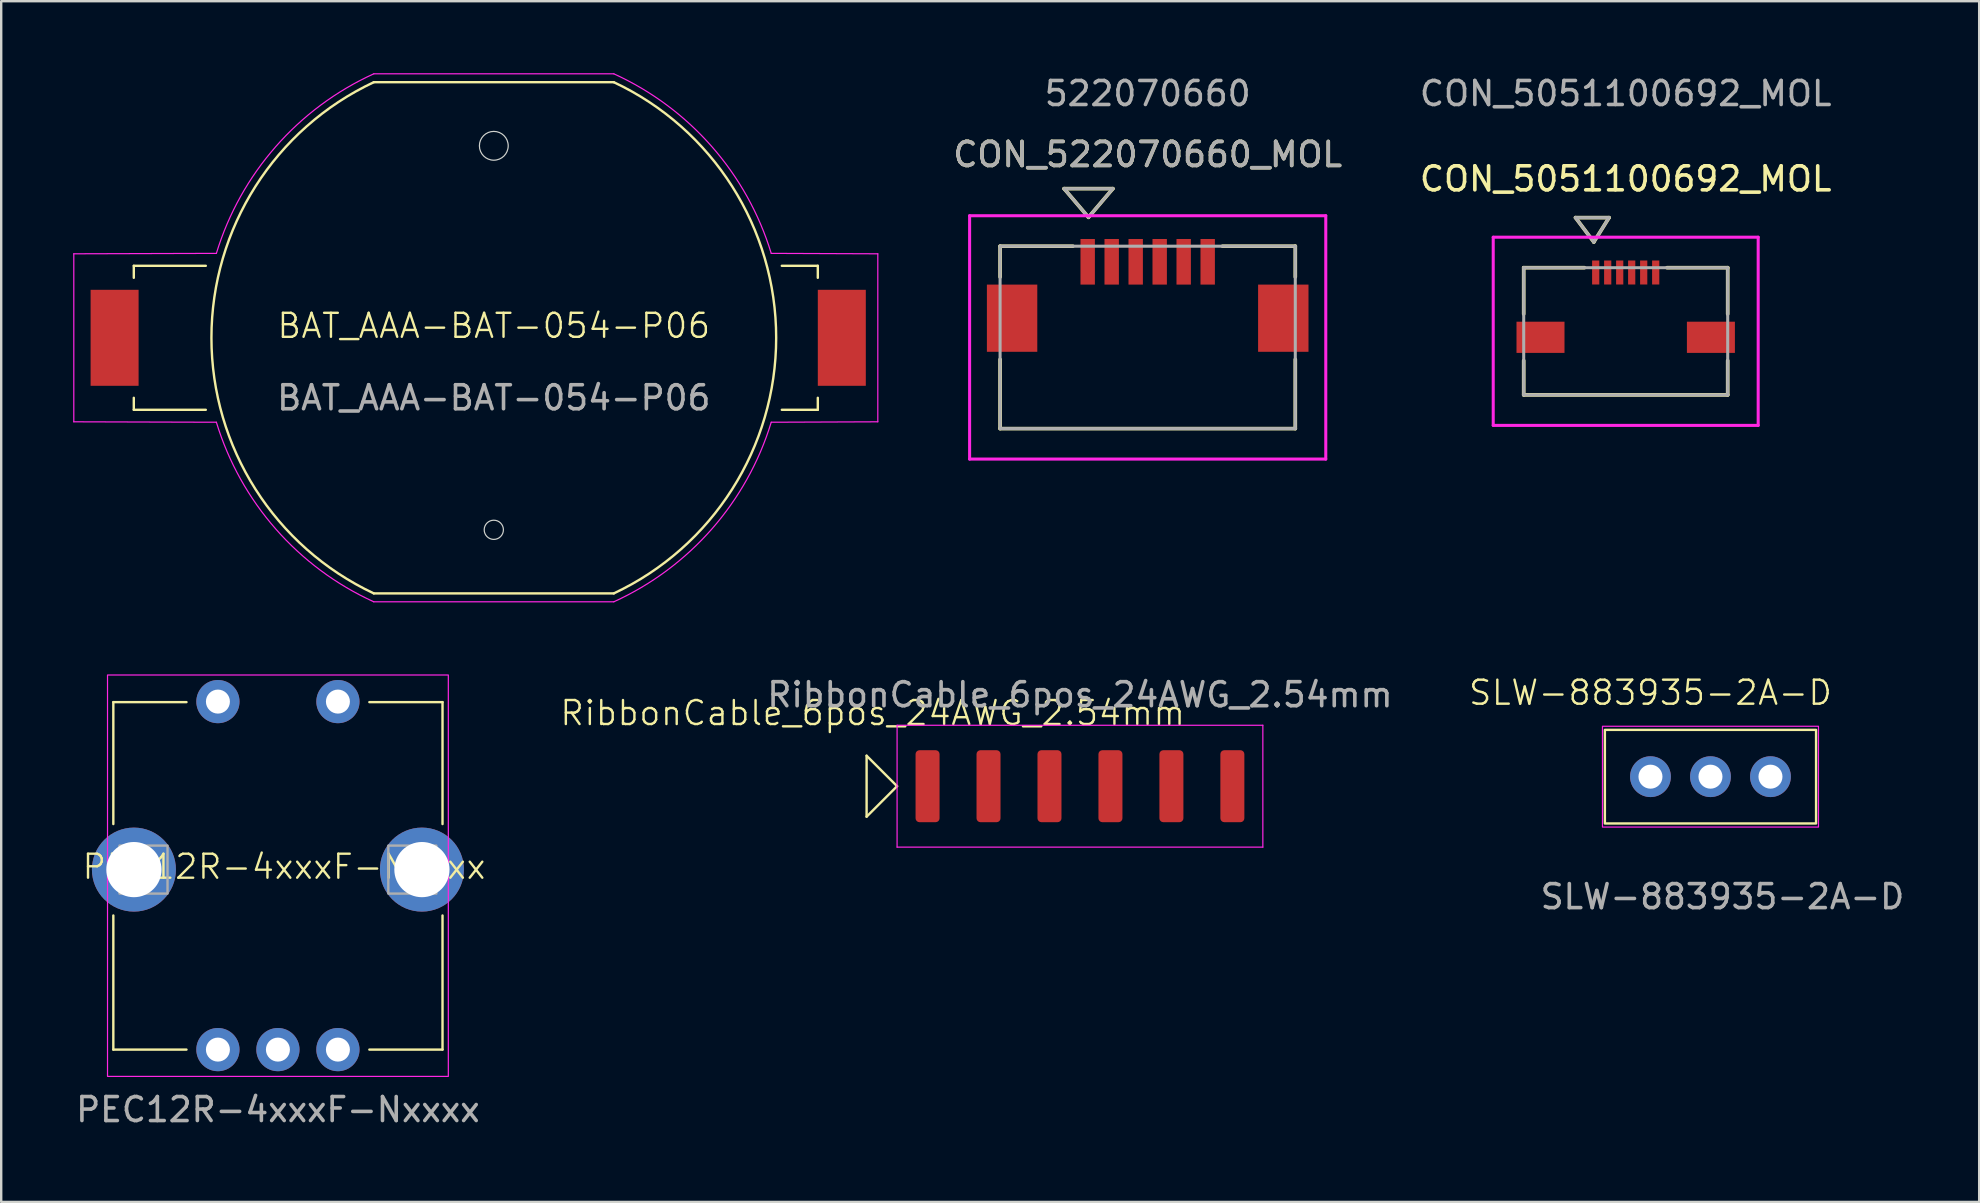
<source format=kicad_pcb>
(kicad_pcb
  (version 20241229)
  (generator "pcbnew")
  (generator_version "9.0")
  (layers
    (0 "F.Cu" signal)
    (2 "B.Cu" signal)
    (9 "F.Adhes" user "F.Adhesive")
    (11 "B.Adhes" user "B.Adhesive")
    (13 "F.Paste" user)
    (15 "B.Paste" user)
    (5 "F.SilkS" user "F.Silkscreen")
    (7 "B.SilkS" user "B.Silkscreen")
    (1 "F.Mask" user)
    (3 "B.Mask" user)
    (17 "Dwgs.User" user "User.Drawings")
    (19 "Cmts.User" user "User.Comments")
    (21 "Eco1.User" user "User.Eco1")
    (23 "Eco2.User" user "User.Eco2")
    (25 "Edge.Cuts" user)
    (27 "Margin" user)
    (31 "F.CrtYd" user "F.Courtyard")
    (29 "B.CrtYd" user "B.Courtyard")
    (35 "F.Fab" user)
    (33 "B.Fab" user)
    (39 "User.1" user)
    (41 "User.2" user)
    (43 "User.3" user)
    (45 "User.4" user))
  (footprint "CON_522070660_MOL"
    (layer "F.Cu")
    (at 44.77 11.008)
    (property "Reference" "CON_522070660_MOL" (at 0 -7.62 0) (unlocked yes) (layer "F.SilkS") (effects (font (size 1 1) (thickness 0.15))))
    (attr smd)
    (fp_line (start -6.15 -3.8) (end -6.15 -2.517) (stroke (width 0.152) (type solid)) (layer "F.SilkS"))
    (fp_line (start -6.15 0.918) (end -6.15 3.8) (stroke (width 0.152) (type solid)) (layer "F.SilkS"))
    (fp_line (start -6.15 3.8) (end 6.15 3.8) (stroke (width 0.152) (type solid)) (layer "F.SilkS"))
    (fp_line (start -3.483 -6.198) (end -2.467 -5.004) (stroke (width 0.152) (type solid)) (layer "F.SilkS"))
    (fp_line (start -3.483 -6.198) (end -1.451 -6.198) (stroke (width 0.152) (type solid)) (layer "F.SilkS"))
    (fp_line (start -3.117 -3.8) (end -6.15 -3.8) (stroke (width 0.152) (type solid)) (layer "F.SilkS"))
    (fp_line (start -1.451 -6.198) (end -2.467 -5.004) (stroke (width 0.152) (type solid)) (layer "F.SilkS"))
    (fp_line (start 6.15 -3.8) (end 3.118 -3.8) (stroke (width 0.152) (type solid)) (layer "F.SilkS"))
    (fp_line (start 6.15 -2.517) (end 6.15 -3.8) (stroke (width 0.152) (type solid)) (layer "F.SilkS"))
    (fp_line (start 6.15 3.8) (end 6.15 0.918) (stroke (width 0.152) (type solid)) (layer "F.SilkS"))
    (fp_line (start -7.42 -5.07) (end -7.42 5.07) (stroke (width 0.127) (type solid)) (layer "F.CrtYd"))
    (fp_line (start -7.42 5.07) (end 7.42 5.07) (stroke (width 0.127) (type solid)) (layer "F.CrtYd"))
    (fp_line (start 7.42 -5.07) (end -7.42 -5.07) (stroke (width 0.127) (type solid)) (layer "F.CrtYd"))
    (fp_line (start 7.42 5.07) (end 7.42 -5.07) (stroke (width 0.127) (type solid)) (layer "F.CrtYd"))
    (fp_line (start -6.15 -3.8) (end -6.15 3.8) (stroke (width 0.127) (type solid)) (layer "F.Fab"))
    (fp_line (start -6.15 3.8) (end 6.15 3.8) (stroke (width 0.127) (type solid)) (layer "F.Fab"))
    (fp_line (start -3.483 -6.198) (end -2.467 -5.004) (stroke (width 0.127) (type solid)) (layer "F.Fab"))
    (fp_line (start -3.483 -6.198) (end -1.451 -6.198) (stroke (width 0.127) (type solid)) (layer "F.Fab"))
    (fp_line (start -1.451 -6.198) (end -2.467 -5.004) (stroke (width 0.127) (type solid)) (layer "F.Fab"))
    (fp_line (start 6.15 -3.8) (end -6.15 -3.8) (stroke (width 0.127) (type solid)) (layer "F.Fab"))
    (fp_line (start 6.15 3.8) (end 6.15 -3.8) (stroke (width 0.127) (type solid)) (layer "F.Fab"))
    (fp_text user "${REFERENCE}" (at 0 -7.62 0) (unlocked yes) (layer "F.Fab") (effects (font (size 1 1) (thickness 0.15))))
    (fp_text user "522070660" (at 0 -10.16 0) (unlocked yes) (layer "F.Fab") (effects (font (size 1 1) (thickness 0.15))))
    (pad "1" smd rect (at -2.5 -3.15) (size 0.6 1.9) (layers "F.Cu" "F.Mask" "F.Paste"))
    (pad "2" smd rect (at -1.5 -3.15) (size 0.6 1.9) (layers "F.Cu" "F.Mask" "F.Paste"))
    (pad "3" smd rect (at -0.5 -3.15) (size 0.6 1.9) (layers "F.Cu" "F.Mask" "F.Paste"))
    (pad "4" smd rect (at 0.5 -3.15) (size 0.6 1.9) (layers "F.Cu" "F.Mask" "F.Paste"))
    (pad "5" smd rect (at 1.5 -3.15) (size 0.6 1.9) (layers "F.Cu" "F.Mask" "F.Paste"))
    (pad "6" smd rect (at 2.5 -3.15) (size 0.6 1.9) (layers "F.Cu" "F.Mask" "F.Paste"))
    (pad "P1" smd rect (at -5.65 -0.8) (size 2.1 2.8) (layers "F.Cu" "F.Mask" "F.Paste"))
    (pad "P2" smd rect (at 5.65 -0.8) (size 2.1 2.8) (layers "F.Cu" "F.Mask" "F.Paste")))
  (footprint "PEC12R-4xxxF-Nxxxx"
    (layer "F.Cu")
    (at 8.53 40.683)
    (property "Reference" "PEC12R-4xxxF-Nxxxx" (at 0.254 -7.62 0) (unlocked yes) (layer "F.SilkS") (effects (font (size 1 1) (thickness 0.1))))
    (attr through_hole)
    (fp_line (start -6.858 -14.478) (end -6.858 -9.398) (stroke (width 0.1) (type default)) (layer "F.SilkS"))
    (fp_line (start -6.858 -14.478) (end -3.81 -14.478) (stroke (width 0.1) (type default)) (layer "F.SilkS"))
    (fp_line (start -6.858 0) (end -6.858 -5.588) (stroke (width 0.1) (type default)) (layer "F.SilkS"))
    (fp_line (start -6.858 0) (end -3.81 0) (stroke (width 0.1) (type default)) (layer "F.SilkS"))
    (fp_line (start 3.81 0) (end 6.858 0) (stroke (width 0.1) (type default)) (layer "F.SilkS"))
    (fp_line (start 6.858 -14.478) (end 3.81 -14.478) (stroke (width 0.1) (type default)) (layer "F.SilkS"))
    (fp_line (start 6.858 -9.398) (end 6.858 -14.478) (stroke (width 0.1) (type default)) (layer "F.SilkS"))
    (fp_line (start 6.858 0) (end 6.858 -5.588) (stroke (width 0.1) (type default)) (layer "F.SilkS"))
    (fp_rect (start -7.1 -15.608) (end 7.1 1.116) (stroke (width 0.05) (type default)) (fill no) (layer "F.CrtYd"))
    (fp_rect (start -6.6 -8.5) (end -4.6 -6.5) (stroke (width 0.1) (type default)) (fill no) (layer "F.Fab"))
    (fp_rect (start 4.6 -8.5) (end 6.6 -6.5) (stroke (width 0.1) (type default)) (fill no) (layer "F.Fab"))
    (fp_text user "${REFERENCE}" (at 0 2.5 0) (unlocked yes) (layer "F.Fab") (effects (font (size 1 1) (thickness 0.15))))
    (pad "" np_thru_hole circle (at -6 -7.5) (size 3.5 3.5) (drill 2.3) (layers "*.Cu" "*.Mask"))
    (pad "" np_thru_hole circle (at 6 -7.5) (size 3.5 3.5) (drill 2.3) (layers "*.Cu" "*.Mask"))
    (pad "A" thru_hole circle (at -2.5 0) (size 1.8 1.8) (drill 1) (layers "*.Cu" "*.Mask"))
    (pad "B" thru_hole circle (at 2.5 0) (size 1.8 1.8) (drill 1) (layers "*.Cu" "*.Mask"))
    (pad "C" thru_hole circle (at 0 0) (size 1.8 1.8) (drill 1) (layers "*.Cu" "*.Mask"))
    (pad "S1" thru_hole circle (at -2.5 -14.5) (size 1.8 1.8) (drill 1) (layers "*.Cu" "*.Mask"))
    (pad "S2" thru_hole circle (at 2.5 -14.5) (size 1.8 1.8) (drill 1) (layers "*.Cu" "*.Mask")))
  (footprint "SLW-883935-2A-D"
    (layer "F.Cu")
    (at 68.219 29.311)
    (property "Reference" "SLW-883935-2A-D" (at -2.5 -3.5 0) (unlocked yes) (layer "F.SilkS") (effects (font (size 1 1) (thickness 0.1))))
    (attr through_hole)
    (fp_rect (start -4.4 -1.95) (end 4.4 1.95) (stroke (width 0.1) (type default)) (fill no) (layer "F.SilkS"))
    (fp_rect (start -4.5 -2.1) (end 4.5 2.1) (stroke (width 0.05) (type default)) (fill no) (layer "F.CrtYd"))
    (fp_text user "${REFERENCE}" (at 0.5 5 0) (unlocked yes) (layer "F.Fab") (effects (font (size 1 1) (thickness 0.15))))
    (pad "1" thru_hole circle (at -2.5 0) (size 1.7 1.7) (drill 1) (layers "*.Cu" "*.Mask"))
    (pad "2" thru_hole circle (at 0 0) (size 1.7 1.7) (drill 1) (layers "*.Cu" "*.Mask"))
    (pad "3" thru_hole circle (at 2.5 0) (size 1.7 1.7) (drill 1) (layers "*.Cu" "*.Mask")))
  (footprint "CON_5051100692_MOL"
    (layer "F.Cu")
    (at 64.687 10.754)
    (property "Reference" "CON_5051100692_MOL" (at 0 -6.35 0) (unlocked yes) (layer "F.SilkS") (effects (font (size 1 1) (thickness 0.15))))
    (attr smd)
    (fp_line (start -4.25 -2.65) (end -4.25 -0.72) (stroke (width 0.152) (type solid)) (layer "F.SilkS"))
    (fp_line (start -4.25 1.22) (end -4.25 2.65) (stroke (width 0.152) (type solid)) (layer "F.SilkS"))
    (fp_line (start -4.25 2.65) (end 4.25 2.65) (stroke (width 0.152) (type solid)) (layer "F.SilkS"))
    (fp_line (start -2.091 -4.736) (end -1.329 -3.72) (stroke (width 0.152) (type solid)) (layer "F.SilkS"))
    (fp_line (start -2.091 -4.736) (end -0.694 -4.736) (stroke (width 0.152) (type solid)) (layer "F.SilkS"))
    (fp_line (start -1.72 -2.65) (end -4.25 -2.65) (stroke (width 0.152) (type solid)) (layer "F.SilkS"))
    (fp_line (start -0.694 -4.736) (end -1.329 -3.72) (stroke (width 0.152) (type solid)) (layer "F.SilkS"))
    (fp_line (start 4.25 -2.65) (end 1.72 -2.65) (stroke (width 0.152) (type solid)) (layer "F.SilkS"))
    (fp_line (start 4.25 -0.72) (end 4.25 -2.65) (stroke (width 0.152) (type solid)) (layer "F.SilkS"))
    (fp_line (start 4.25 2.65) (end 4.25 1.22) (stroke (width 0.152) (type solid)) (layer "F.SilkS"))
    (fp_line (start -5.52 -3.92) (end -5.52 3.92) (stroke (width 0.127) (type solid)) (layer "F.CrtYd"))
    (fp_line (start -5.52 3.92) (end 5.52 3.92) (stroke (width 0.127) (type solid)) (layer "F.CrtYd"))
    (fp_line (start 5.52 -3.92) (end -5.52 -3.92) (stroke (width 0.127) (type solid)) (layer "F.CrtYd"))
    (fp_line (start 5.52 3.92) (end 5.52 -3.92) (stroke (width 0.127) (type solid)) (layer "F.CrtYd"))
    (fp_line (start -4.25 -2.65) (end -4.25 2.65) (stroke (width 0.127) (type solid)) (layer "F.Fab"))
    (fp_line (start -4.25 2.65) (end 4.25 2.65) (stroke (width 0.127) (type solid)) (layer "F.Fab"))
    (fp_line (start -2.091 -4.736) (end -1.329 -3.72) (stroke (width 0.127) (type solid)) (layer "F.Fab"))
    (fp_line (start -2.091 -4.736) (end -0.694 -4.736) (stroke (width 0.127) (type solid)) (layer "F.Fab"))
    (fp_line (start -0.694 -4.736) (end -1.329 -3.72) (stroke (width 0.127) (type solid)) (layer "F.Fab"))
    (fp_line (start 4.25 -2.65) (end -4.25 -2.65) (stroke (width 0.127) (type solid)) (layer "F.Fab"))
    (fp_line (start 4.25 2.65) (end 4.25 -2.65) (stroke (width 0.127) (type solid)) (layer "F.Fab"))
    (fp_text user "${REFERENCE}" (at 0 -9.906 0) (unlocked yes) (layer "F.Fab") (effects (font (size 1 1) (thickness 0.15))))
    (pad "1" smd rect (at -1.25 -2.45) (size 0.3 1) (layers "F.Cu" "F.Mask" "F.Paste"))
    (pad "2" smd rect (at -0.75 -2.45) (size 0.3 1) (layers "F.Cu" "F.Mask" "F.Paste"))
    (pad "3" smd rect (at -0.25 -2.45) (size 0.3 1) (layers "F.Cu" "F.Mask" "F.Paste"))
    (pad "4" smd rect (at 0.25 -2.45) (size 0.3 1) (layers "F.Cu" "F.Mask" "F.Paste"))
    (pad "5" smd rect (at 0.75 -2.45) (size 0.3 1) (layers "F.Cu" "F.Mask" "F.Paste"))
    (pad "6" smd rect (at 1.25 -2.45) (size 0.3 1) (layers "F.Cu" "F.Mask" "F.Paste"))
    (pad "P1" smd rect (at -3.55 0.25) (size 2 1.3) (layers "F.Cu" "F.Mask" "F.Paste"))
    (pad "P2" smd rect (at 3.55 0.25) (size 2 1.3) (layers "F.Cu" "F.Mask" "F.Paste")))
  (footprint "BAT_AAA-BAT-054-P06"
    (layer "F.Cu")
    (at 17.525 11.025)
    (property "Reference" "BAT_AAA-BAT-054-P06" (at 0 -0.5 0) (unlocked yes) (layer "F.SilkS") (effects (font (size 1 1) (thickness 0.1))))
    (attr smd)
    (fp_line (start -15 -3) (end -15 -2.5) (stroke (width 0.1) (type default)) (layer "F.SilkS"))
    (fp_line (start -15 2.5) (end -15 3) (stroke (width 0.1) (type default)) (layer "F.SilkS"))
    (fp_line (start -15 3) (end -12 3) (stroke (width 0.1) (type default)) (layer "F.SilkS"))
    (fp_line (start -12 -3) (end -15 -3) (stroke (width 0.1) (type default)) (layer "F.SilkS"))
    (fp_line (start -5 -10.65) (end 5 -10.65) (stroke (width 0.1) (type default)) (layer "F.SilkS"))
    (fp_line (start -5 10.65) (end 5 10.65) (stroke (width 0.1) (type default)) (layer "F.SilkS"))
    (fp_line (start 12 -3) (end 13.5 -3) (stroke (width 0.1) (type default)) (layer "F.SilkS"))
    (fp_line (start 12 3) (end 13.5 3) (stroke (width 0.1) (type default)) (layer "F.SilkS"))
    (fp_line (start 13.5 -3) (end 13.5 -2.5) (stroke (width 0.1) (type default)) (layer "F.SilkS"))
    (fp_line (start 13.5 3) (end 13.5 2.5) (stroke (width 0.1) (type default)) (layer "F.SilkS"))
    (fp_arc (start -5 10.65) (mid -11.765309 0) (end -5 -10.65) (stroke (width 0.1) (type default)) (layer "F.SilkS"))
    (fp_arc (start 5 -10.65) (mid 11.765309 0) (end 5 10.65) (stroke (width 0.1) (type default)) (layer "F.SilkS"))
    (fp_circle (center 0 -8) (end 0.6 -8) (stroke (width 0.05) (type default)) (fill no) (layer "Edge.Cuts"))
    (fp_circle (center 0 8) (end 0.4 8) (stroke (width 0.05) (type default)) (fill no) (layer "Edge.Cuts"))
    (fp_line (start -17.5 -3.5) (end -17.5 3.5) (stroke (width 0.05) (type default)) (layer "F.CrtYd"))
    (fp_line (start -17.5 3.5) (end -11.56 3.518) (stroke (width 0.05) (type default)) (layer "F.CrtYd"))
    (fp_line (start -11.56 -3.518) (end -17.5 -3.5) (stroke (width 0.05) (type default)) (layer "F.CrtYd"))
    (fp_line (start -5 -11) (end 5 -11) (stroke (width 0.05) (type default)) (layer "F.CrtYd"))
    (fp_line (start -5 11) (end 5 11) (stroke (width 0.05) (type default)) (layer "F.CrtYd"))
    (fp_line (start 11.56 -3.518) (end 16 -3.5) (stroke (width 0.05) (type default)) (layer "F.CrtYd"))
    (fp_line (start 16 -3.5) (end 16 3.5) (stroke (width 0.05) (type default)) (layer "F.CrtYd"))
    (fp_line (start 16 3.5) (end 11.56 3.518) (stroke (width 0.05) (type default)) (layer "F.CrtYd"))
    (fp_arc (start -11.559534 -3.518119) (mid -9.085658 -7.965602) (end -5 -10.999999) (stroke (width 0.05) (type default)) (layer "F.CrtYd"))
    (fp_arc (start -5 10.999999) (mid -9.085657 7.965601) (end -11.559534 3.518119) (stroke (width 0.05) (type default)) (layer "F.CrtYd"))
    (fp_arc (start 5 -10.999999) (mid 9.085657 -7.965601) (end 11.559534 -3.518119) (stroke (width 0.05) (type default)) (layer "F.CrtYd"))
    (fp_arc (start 11.559534 3.518119) (mid 9.085658 7.965602) (end 5 10.999999) (stroke (width 0.05) (type default)) (layer "F.CrtYd"))
    (fp_text user "${REFERENCE}" (at 0 2.5 0) (unlocked yes) (layer "F.Fab") (effects (font (size 1 1) (thickness 0.15))))
    (pad "1" smd rect (at 14.5 0) (size 2 4) (layers "F.Cu" "F.Mask" "F.Paste"))
    (pad "2" smd rect (at -15.8 0) (size 2 4) (layers "F.Cu" "F.Mask" "F.Paste")))
  (footprint "RibbonCable_6pos_24AWG_2.54mm"
    (layer "F.Cu")
    (at 41.948 29.708)
    (property "Reference" "RibbonCable_6pos_24AWG_2.54mm" (at -8.636 -3.048 0) (unlocked yes) (layer "F.SilkS") (effects (font (size 1 1) (thickness 0.1))))
    (attr smd exclude_from_bom)
    (fp_line (start -8.89 -1.27) (end -8.89 1.27) (stroke (width 0.1) (type default)) (layer "F.SilkS"))
    (fp_line (start -8.89 1.27) (end -7.62 0) (stroke (width 0.1) (type default)) (layer "F.SilkS"))
    (fp_line (start -7.62 0) (end -8.89 -1.27) (stroke (width 0.1) (type default)) (layer "F.SilkS"))
    (fp_line (start -7.62 -2.54) (end 7.62 -2.54) (stroke (width 0.05) (type default)) (layer "F.CrtYd"))
    (fp_line (start -7.62 2.54) (end -7.62 -2.54) (stroke (width 0.05) (type default)) (layer "F.CrtYd"))
    (fp_line (start 7.62 -2.54) (end 7.62 2.54) (stroke (width 0.05) (type default)) (layer "F.CrtYd"))
    (fp_line (start 7.62 2.54) (end -7.62 2.54) (stroke (width 0.05) (type default)) (layer "F.CrtYd"))
    (fp_text user "${REFERENCE}" (at 0 -3.81 0) (unlocked yes) (layer "F.Fab") (effects (font (size 1 1) (thickness 0.15))))
    (pad "1" smd roundrect (at -6.35 0) (size 1 3) (layers "F.Cu" "F.Mask" "F.Paste") (roundrect_rratio 0.164))
    (pad "2" smd roundrect (at -3.81 0) (size 1 3) (layers "F.Cu" "F.Mask" "F.Paste") (roundrect_rratio 0.164))
    (pad "3" smd roundrect (at -1.27 0) (size 1 3) (layers "F.Cu" "F.Mask" "F.Paste") (roundrect_rratio 0.164))
    (pad "4" smd roundrect (at 1.27 0) (size 1 3) (layers "F.Cu" "F.Mask" "F.Paste") (roundrect_rratio 0.164))
    (pad "5" smd roundrect (at 3.81 0) (size 1 3) (layers "F.Cu" "F.Mask" "F.Paste") (roundrect_rratio 0.164))
    (pad "6" smd roundrect (at 6.35 0) (size 1 3) (layers "F.Cu" "F.Mask" "F.Paste") (roundrect_rratio 0.164)))
  (gr_rect
    (start -3 -3)
    (end 79.415 47.031)
    (stroke (width 0.1) (type default))
    (fill no)
    (layer "Edge.Cuts")))
</source>
